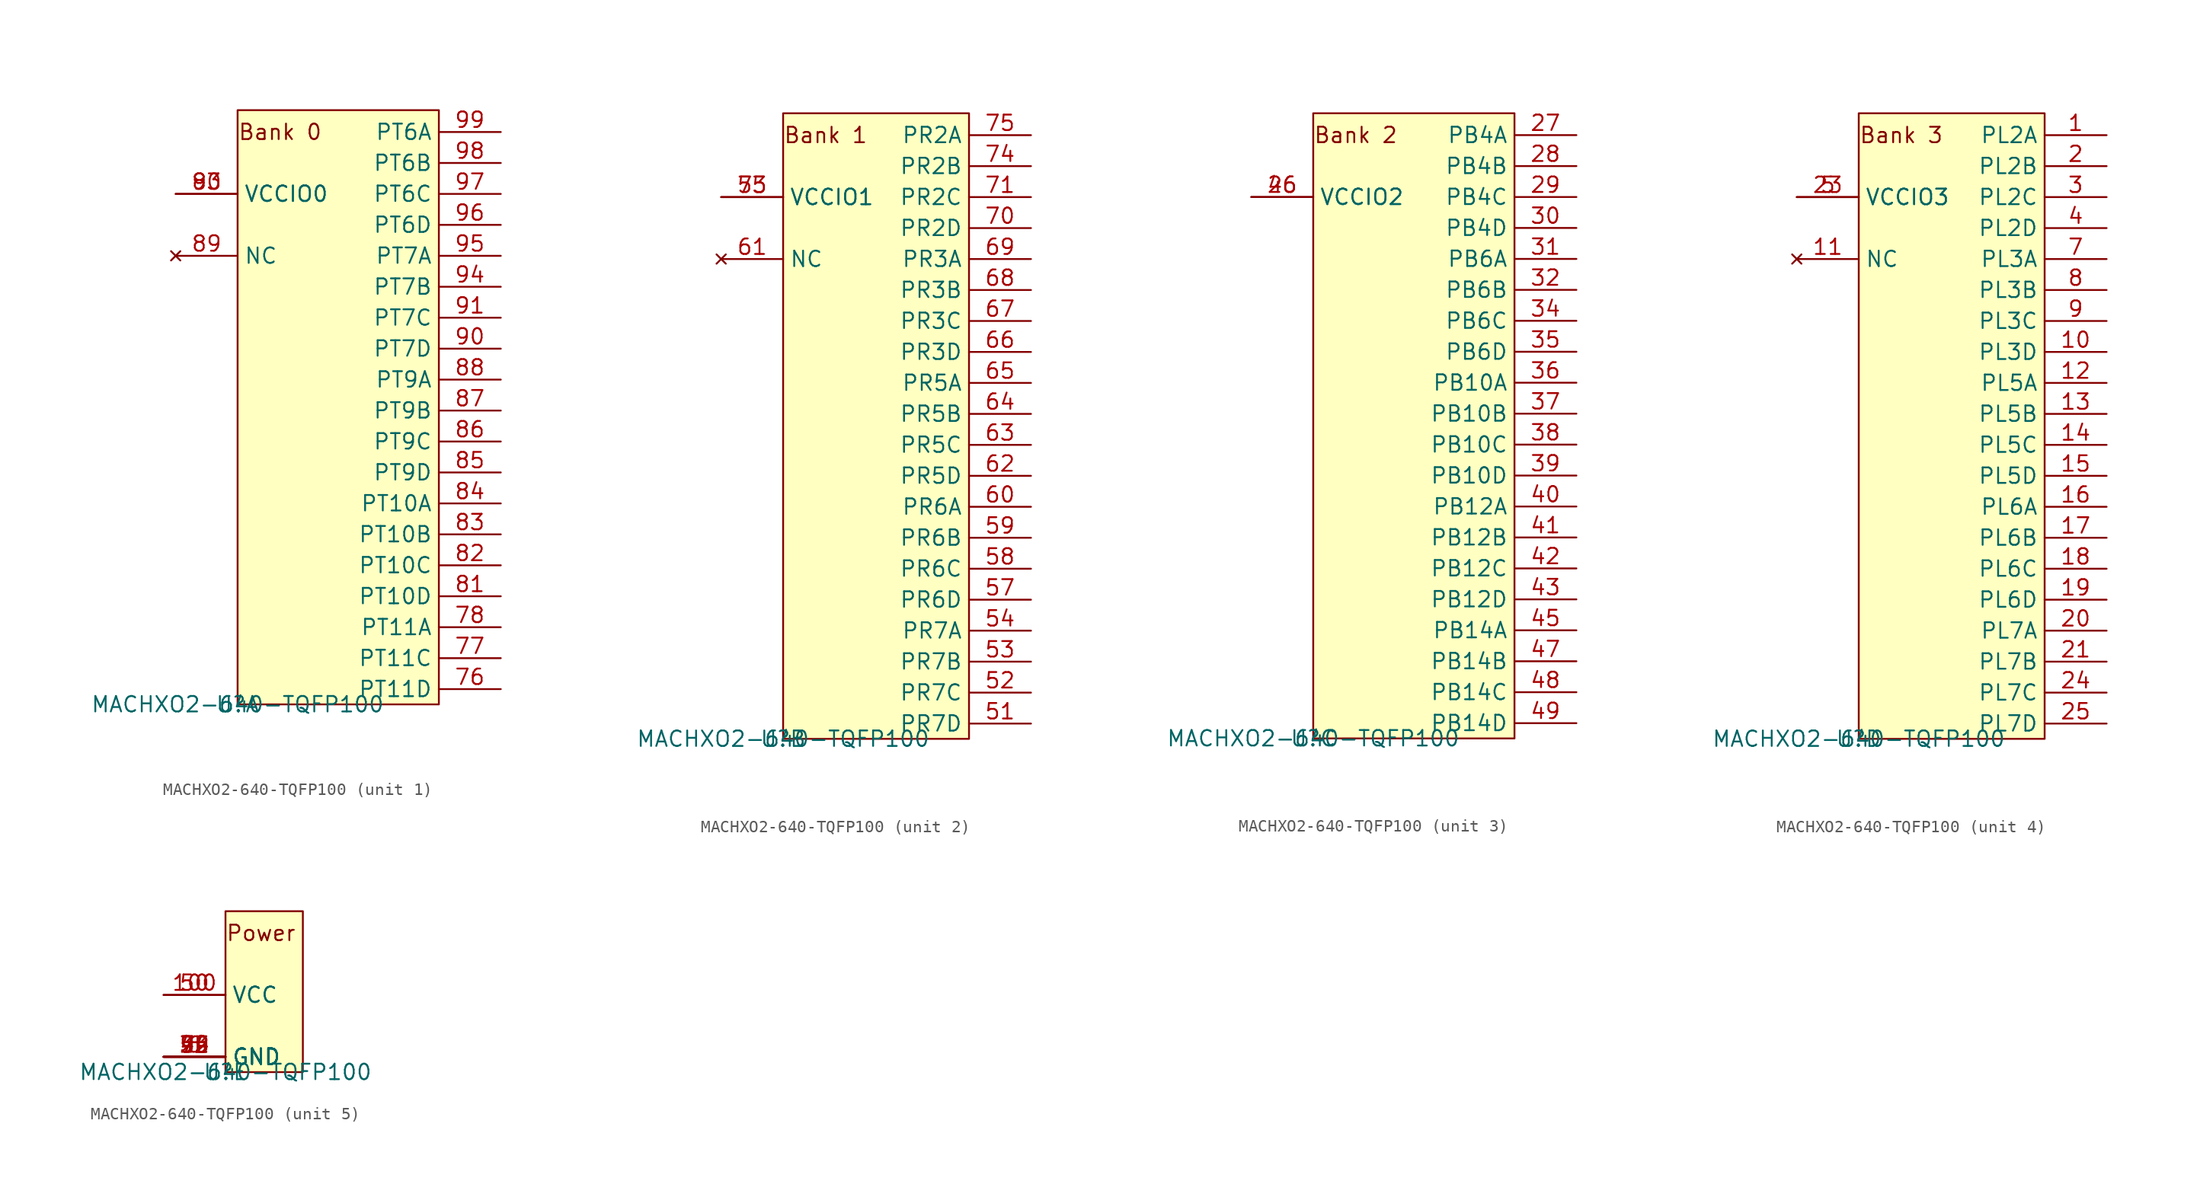
<source format=kicad_sym>
(kicad_symbol_lib
  (version 20211014)
  (generator kicad_symbol_editor)
  (symbol "MACHXO2-640-TQFP100"
    (property "Reference" "U"
      (at 0 0 0)
      (effects (font (size 1.27 1.27))))
    (property "Value" "MACHXO2-640-TQFP100"
      (at 0 0 0)
      (effects (font (size 1.27 1.27))))
    (property "ki_locked" ""
      (at 0 0 0)
      (effects (font (size 1.27 1.27))))
    (symbol "MACHXO2-640-TQFP100_1_0"
      (pin power_in line (at -5.08 41.894 0) (length 5.08) (name "VCCIO0" (effects (font (size 1.27 1.27)))) (number "80" (effects (font (size 1.27 1.27)))))
      (pin power_in line (at -5.08 41.894 0) (length 5.08) (name "VCCIO0" (effects (font (size 1.27 1.27)))) (number "93" (effects (font (size 1.27 1.27)))))
      (pin no_connect line (at -5.08 36.814 0) (length 5.08) (name "NC" (effects (font (size 1.27 1.27)))) (number "89" (effects (font (size 1.27 1.27)))))
      (pin bidirectional line (at 21.59 46.974 180) (length 5.08) (name "PT6A" (effects (font (size 1.27 1.27)))) (number "99" (effects (font (size 1.27 1.27)))))
      (pin bidirectional line (at 21.59 44.434 180) (length 5.08) (name "PT6B" (effects (font (size 1.27 1.27)))) (number "98" (effects (font (size 1.27 1.27)))))
      (pin bidirectional line (at 21.59 41.894 180) (length 5.08) (name "PT6C" (effects (font (size 1.27 1.27)))) (number "97" (effects (font (size 1.27 1.27)))))
      (pin bidirectional line (at 21.59 39.354 180) (length 5.08) (name "PT6D" (effects (font (size 1.27 1.27)))) (number "96" (effects (font (size 1.27 1.27)))))
      (pin bidirectional line (at 21.59 36.814 180) (length 5.08) (name "PT7A" (effects (font (size 1.27 1.27)))) (number "95" (effects (font (size 1.27 1.27)))))
      (pin bidirectional line (at 21.59 34.274 180) (length 5.08) (name "PT7B" (effects (font (size 1.27 1.27)))) (number "94" (effects (font (size 1.27 1.27)))))
      (pin bidirectional line (at 21.59 31.734 180) (length 5.08) (name "PT7C" (effects (font (size 1.27 1.27)))) (number "91" (effects (font (size 1.27 1.27)))))
      (pin bidirectional line (at 21.59 29.194 180) (length 5.08) (name "PT7D" (effects (font (size 1.27 1.27)))) (number "90" (effects (font (size 1.27 1.27)))))
      (pin bidirectional line (at 21.59 26.654 180) (length 5.08) (name "PT9A" (effects (font (size 1.27 1.27)))) (number "88" (effects (font (size 1.27 1.27)))))
      (pin bidirectional line (at 21.59 24.114 180) (length 5.08) (name "PT9B" (effects (font (size 1.27 1.27)))) (number "87" (effects (font (size 1.27 1.27)))))
      (pin bidirectional line (at 21.59 21.574 180) (length 5.08) (name "PT9C" (effects (font (size 1.27 1.27)))) (number "86" (effects (font (size 1.27 1.27)))))
      (pin bidirectional line (at 21.59 19.034 180) (length 5.08) (name "PT9D" (effects (font (size 1.27 1.27)))) (number "85" (effects (font (size 1.27 1.27)))))
      (pin bidirectional line (at 21.59 16.494 180) (length 5.08) (name "PT10A" (effects (font (size 1.27 1.27)))) (number "84" (effects (font (size 1.27 1.27)))))
      (pin bidirectional line (at 21.59 13.954 180) (length 5.08) (name "PT10B" (effects (font (size 1.27 1.27)))) (number "83" (effects (font (size 1.27 1.27)))))
      (pin bidirectional line (at 21.59 11.414 180) (length 5.08) (name "PT10C" (effects (font (size 1.27 1.27)))) (number "82" (effects (font (size 1.27 1.27)))))
      (pin bidirectional line (at 21.59 8.874 180) (length 5.08) (name "PT10D" (effects (font (size 1.27 1.27)))) (number "81" (effects (font (size 1.27 1.27)))))
      (pin bidirectional line (at 21.59 6.334 180) (length 5.08) (name "PT11A" (effects (font (size 1.27 1.27)))) (number "78" (effects (font (size 1.27 1.27)))))
      (pin bidirectional line (at 21.59 3.794 180) (length 5.08) (name "PT11C" (effects (font (size 1.27 1.27)))) (number "77" (effects (font (size 1.27 1.27)))))
      (pin bidirectional line (at 21.59 1.254 180) (length 5.08) (name "PT11D" (effects (font (size 1.27 1.27)))) (number "76" (effects (font (size 1.27 1.27))))))
    (symbol "MACHXO2-640-TQFP100_1_1"
      (rectangle (start 0 0) (end 16.51 48.768) (stroke (width 0) (type default) (color 0 0 0 0)) (fill (type background)))
      (text "Bank 0" (at 0 46.974 0) (effects (font (size 1.27 1.27)) (justify left))))
    (symbol "MACHXO2-640-TQFP100_2_0"
      (pin power_in line (at -5.08 44.434 0) (length 5.08) (name "VCCIO1" (effects (font (size 1.27 1.27)))) (number "55" (effects (font (size 1.27 1.27)))))
      (pin power_in line (at -5.08 44.434 0) (length 5.08) (name "VCCIO1" (effects (font (size 1.27 1.27)))) (number "73" (effects (font (size 1.27 1.27)))))
      (pin no_connect line (at -5.08 39.354 0) (length 5.08) (name "NC" (effects (font (size 1.27 1.27)))) (number "61" (effects (font (size 1.27 1.27)))))
      (pin bidirectional line (at 20.32 49.514 180) (length 5.08) (name "PR2A" (effects (font (size 1.27 1.27)))) (number "75" (effects (font (size 1.27 1.27)))))
      (pin bidirectional line (at 20.32 46.974 180) (length 5.08) (name "PR2B" (effects (font (size 1.27 1.27)))) (number "74" (effects (font (size 1.27 1.27)))))
      (pin bidirectional line (at 20.32 44.434 180) (length 5.08) (name "PR2C" (effects (font (size 1.27 1.27)))) (number "71" (effects (font (size 1.27 1.27)))))
      (pin bidirectional line (at 20.32 41.894 180) (length 5.08) (name "PR2D" (effects (font (size 1.27 1.27)))) (number "70" (effects (font (size 1.27 1.27)))))
      (pin bidirectional line (at 20.32 39.354 180) (length 5.08) (name "PR3A" (effects (font (size 1.27 1.27)))) (number "69" (effects (font (size 1.27 1.27)))))
      (pin bidirectional line (at 20.32 36.814 180) (length 5.08) (name "PR3B" (effects (font (size 1.27 1.27)))) (number "68" (effects (font (size 1.27 1.27)))))
      (pin bidirectional line (at 20.32 34.274 180) (length 5.08) (name "PR3C" (effects (font (size 1.27 1.27)))) (number "67" (effects (font (size 1.27 1.27)))))
      (pin bidirectional line (at 20.32 31.734 180) (length 5.08) (name "PR3D" (effects (font (size 1.27 1.27)))) (number "66" (effects (font (size 1.27 1.27)))))
      (pin bidirectional line (at 20.32 29.194 180) (length 5.08) (name "PR5A" (effects (font (size 1.27 1.27)))) (number "65" (effects (font (size 1.27 1.27)))))
      (pin bidirectional line (at 20.32 26.654 180) (length 5.08) (name "PR5B" (effects (font (size 1.27 1.27)))) (number "64" (effects (font (size 1.27 1.27)))))
      (pin bidirectional line (at 20.32 24.114 180) (length 5.08) (name "PR5C" (effects (font (size 1.27 1.27)))) (number "63" (effects (font (size 1.27 1.27)))))
      (pin bidirectional line (at 20.32 21.574 180) (length 5.08) (name "PR5D" (effects (font (size 1.27 1.27)))) (number "62" (effects (font (size 1.27 1.27)))))
      (pin bidirectional line (at 20.32 19.034 180) (length 5.08) (name "PR6A" (effects (font (size 1.27 1.27)))) (number "60" (effects (font (size 1.27 1.27)))))
      (pin bidirectional line (at 20.32 16.494 180) (length 5.08) (name "PR6B" (effects (font (size 1.27 1.27)))) (number "59" (effects (font (size 1.27 1.27)))))
      (pin bidirectional line (at 20.32 13.954 180) (length 5.08) (name "PR6C" (effects (font (size 1.27 1.27)))) (number "58" (effects (font (size 1.27 1.27)))))
      (pin bidirectional line (at 20.32 11.414 180) (length 5.08) (name "PR6D" (effects (font (size 1.27 1.27)))) (number "57" (effects (font (size 1.27 1.27)))))
      (pin bidirectional line (at 20.32 8.874 180) (length 5.08) (name "PR7A" (effects (font (size 1.27 1.27)))) (number "54" (effects (font (size 1.27 1.27)))))
      (pin bidirectional line (at 20.32 6.334 180) (length 5.08) (name "PR7B" (effects (font (size 1.27 1.27)))) (number "53" (effects (font (size 1.27 1.27)))))
      (pin bidirectional line (at 20.32 3.794 180) (length 5.08) (name "PR7C" (effects (font (size 1.27 1.27)))) (number "52" (effects (font (size 1.27 1.27)))))
      (pin bidirectional line (at 20.32 1.254 180) (length 5.08) (name "PR7D" (effects (font (size 1.27 1.27)))) (number "51" (effects (font (size 1.27 1.27))))))
    (symbol "MACHXO2-640-TQFP100_2_1"
      (rectangle (start 0 0) (end 15.24 51.308) (stroke (width 0) (type default) (color 0 0 0 0)) (fill (type background)))
      (text "Bank 1" (at 0 49.514 0) (effects (font (size 1.27 1.27)) (justify left))))
    (symbol "MACHXO2-640-TQFP100_3_0"
      (pin power_in line (at -5.08 44.434 0) (length 5.08) (name "VCCIO2" (effects (font (size 1.27 1.27)))) (number "26" (effects (font (size 1.27 1.27)))))
      (pin power_in line (at -5.08 44.434 0) (length 5.08) (name "VCCIO2" (effects (font (size 1.27 1.27)))) (number "46" (effects (font (size 1.27 1.27)))))
      (pin bidirectional line (at 21.59 49.514 180) (length 5.08) (name "PB4A" (effects (font (size 1.27 1.27)))) (number "27" (effects (font (size 1.27 1.27)))))
      (pin bidirectional line (at 21.59 46.974 180) (length 5.08) (name "PB4B" (effects (font (size 1.27 1.27)))) (number "28" (effects (font (size 1.27 1.27)))))
      (pin bidirectional line (at 21.59 44.434 180) (length 5.08) (name "PB4C" (effects (font (size 1.27 1.27)))) (number "29" (effects (font (size 1.27 1.27)))))
      (pin bidirectional line (at 21.59 41.894 180) (length 5.08) (name "PB4D" (effects (font (size 1.27 1.27)))) (number "30" (effects (font (size 1.27 1.27)))))
      (pin bidirectional line (at 21.59 39.354 180) (length 5.08) (name "PB6A" (effects (font (size 1.27 1.27)))) (number "31" (effects (font (size 1.27 1.27)))))
      (pin bidirectional line (at 21.59 36.814 180) (length 5.08) (name "PB6B" (effects (font (size 1.27 1.27)))) (number "32" (effects (font (size 1.27 1.27)))))
      (pin bidirectional line (at 21.59 34.274 180) (length 5.08) (name "PB6C" (effects (font (size 1.27 1.27)))) (number "34" (effects (font (size 1.27 1.27)))))
      (pin bidirectional line (at 21.59 31.734 180) (length 5.08) (name "PB6D" (effects (font (size 1.27 1.27)))) (number "35" (effects (font (size 1.27 1.27)))))
      (pin bidirectional line (at 21.59 29.194 180) (length 5.08) (name "PB10A" (effects (font (size 1.27 1.27)))) (number "36" (effects (font (size 1.27 1.27)))))
      (pin bidirectional line (at 21.59 26.654 180) (length 5.08) (name "PB10B" (effects (font (size 1.27 1.27)))) (number "37" (effects (font (size 1.27 1.27)))))
      (pin bidirectional line (at 21.59 24.114 180) (length 5.08) (name "PB10C" (effects (font (size 1.27 1.27)))) (number "38" (effects (font (size 1.27 1.27)))))
      (pin bidirectional line (at 21.59 21.574 180) (length 5.08) (name "PB10D" (effects (font (size 1.27 1.27)))) (number "39" (effects (font (size 1.27 1.27)))))
      (pin bidirectional line (at 21.59 19.034 180) (length 5.08) (name "PB12A" (effects (font (size 1.27 1.27)))) (number "40" (effects (font (size 1.27 1.27)))))
      (pin bidirectional line (at 21.59 16.494 180) (length 5.08) (name "PB12B" (effects (font (size 1.27 1.27)))) (number "41" (effects (font (size 1.27 1.27)))))
      (pin bidirectional line (at 21.59 13.954 180) (length 5.08) (name "PB12C" (effects (font (size 1.27 1.27)))) (number "42" (effects (font (size 1.27 1.27)))))
      (pin bidirectional line (at 21.59 11.414 180) (length 5.08) (name "PB12D" (effects (font (size 1.27 1.27)))) (number "43" (effects (font (size 1.27 1.27)))))
      (pin bidirectional line (at 21.59 8.874 180) (length 5.08) (name "PB14A" (effects (font (size 1.27 1.27)))) (number "45" (effects (font (size 1.27 1.27)))))
      (pin bidirectional line (at 21.59 6.334 180) (length 5.08) (name "PB14B" (effects (font (size 1.27 1.27)))) (number "47" (effects (font (size 1.27 1.27)))))
      (pin bidirectional line (at 21.59 3.794 180) (length 5.08) (name "PB14C" (effects (font (size 1.27 1.27)))) (number "48" (effects (font (size 1.27 1.27)))))
      (pin bidirectional line (at 21.59 1.254 180) (length 5.08) (name "PB14D" (effects (font (size 1.27 1.27)))) (number "49" (effects (font (size 1.27 1.27))))))
    (symbol "MACHXO2-640-TQFP100_3_1"
      (rectangle (start 0 0) (end 16.51 51.308) (stroke (width 0) (type default) (color 0 0 0 0)) (fill (type background)))
      (text "Bank 2" (at 0 49.514 0) (effects (font (size 1.27 1.27)) (justify left))))
    (symbol "MACHXO2-640-TQFP100_4_0"
      (pin power_in line (at -5.08 44.434 0) (length 5.08) (name "VCCIO3" (effects (font (size 1.27 1.27)))) (number "5" (effects (font (size 1.27 1.27)))))
      (pin power_in line (at -5.08 44.434 0) (length 5.08) (name "VCCIO3" (effects (font (size 1.27 1.27)))) (number "23" (effects (font (size 1.27 1.27)))))
      (pin no_connect line (at -5.08 39.354 0) (length 5.08) (name "NC" (effects (font (size 1.27 1.27)))) (number "11" (effects (font (size 1.27 1.27)))))
      (pin bidirectional line (at 20.32 49.514 180) (length 5.08) (name "PL2A" (effects (font (size 1.27 1.27)))) (number "1" (effects (font (size 1.27 1.27)))))
      (pin bidirectional line (at 20.32 46.974 180) (length 5.08) (name "PL2B" (effects (font (size 1.27 1.27)))) (number "2" (effects (font (size 1.27 1.27)))))
      (pin bidirectional line (at 20.32 44.434 180) (length 5.08) (name "PL2C" (effects (font (size 1.27 1.27)))) (number "3" (effects (font (size 1.27 1.27)))))
      (pin bidirectional line (at 20.32 41.894 180) (length 5.08) (name "PL2D" (effects (font (size 1.27 1.27)))) (number "4" (effects (font (size 1.27 1.27)))))
      (pin bidirectional line (at 20.32 39.354 180) (length 5.08) (name "PL3A" (effects (font (size 1.27 1.27)))) (number "7" (effects (font (size 1.27 1.27)))))
      (pin bidirectional line (at 20.32 36.814 180) (length 5.08) (name "PL3B" (effects (font (size 1.27 1.27)))) (number "8" (effects (font (size 1.27 1.27)))))
      (pin bidirectional line (at 20.32 34.274 180) (length 5.08) (name "PL3C" (effects (font (size 1.27 1.27)))) (number "9" (effects (font (size 1.27 1.27)))))
      (pin bidirectional line (at 20.32 31.734 180) (length 5.08) (name "PL3D" (effects (font (size 1.27 1.27)))) (number "10" (effects (font (size 1.27 1.27)))))
      (pin bidirectional line (at 20.32 29.194 180) (length 5.08) (name "PL5A" (effects (font (size 1.27 1.27)))) (number "12" (effects (font (size 1.27 1.27)))))
      (pin bidirectional line (at 20.32 26.654 180) (length 5.08) (name "PL5B" (effects (font (size 1.27 1.27)))) (number "13" (effects (font (size 1.27 1.27)))))
      (pin bidirectional line (at 20.32 24.114 180) (length 5.08) (name "PL5C" (effects (font (size 1.27 1.27)))) (number "14" (effects (font (size 1.27 1.27)))))
      (pin bidirectional line (at 20.32 21.574 180) (length 5.08) (name "PL5D" (effects (font (size 1.27 1.27)))) (number "15" (effects (font (size 1.27 1.27)))))
      (pin bidirectional line (at 20.32 19.034 180) (length 5.08) (name "PL6A" (effects (font (size 1.27 1.27)))) (number "16" (effects (font (size 1.27 1.27)))))
      (pin bidirectional line (at 20.32 16.494 180) (length 5.08) (name "PL6B" (effects (font (size 1.27 1.27)))) (number "17" (effects (font (size 1.27 1.27)))))
      (pin bidirectional line (at 20.32 13.954 180) (length 5.08) (name "PL6C" (effects (font (size 1.27 1.27)))) (number "18" (effects (font (size 1.27 1.27)))))
      (pin bidirectional line (at 20.32 11.414 180) (length 5.08) (name "PL6D" (effects (font (size 1.27 1.27)))) (number "19" (effects (font (size 1.27 1.27)))))
      (pin bidirectional line (at 20.32 8.874 180) (length 5.08) (name "PL7A" (effects (font (size 1.27 1.27)))) (number "20" (effects (font (size 1.27 1.27)))))
      (pin bidirectional line (at 20.32 6.334 180) (length 5.08) (name "PL7B" (effects (font (size 1.27 1.27)))) (number "21" (effects (font (size 1.27 1.27)))))
      (pin bidirectional line (at 20.32 3.794 180) (length 5.08) (name "PL7C" (effects (font (size 1.27 1.27)))) (number "24" (effects (font (size 1.27 1.27)))))
      (pin bidirectional line (at 20.32 1.254 180) (length 5.08) (name "PL7D" (effects (font (size 1.27 1.27)))) (number "25" (effects (font (size 1.27 1.27))))))
    (symbol "MACHXO2-640-TQFP100_4_1"
      (rectangle (start 0 0) (end 15.24 51.308) (stroke (width 0) (type default) (color 0 0 0 0)) (fill (type background)))
      (text "Bank 3" (at 0 49.514 0) (effects (font (size 1.27 1.27)) (justify left))))
    (symbol "MACHXO2-640-TQFP100_5_0"
      (pin power_in line (at -5.08 6.334 0) (length 5.08) (name "VCC" (effects (font (size 1.27 1.27)))) (number "50" (effects (font (size 1.27 1.27)))))
      (pin power_in line (at -5.08 6.334 0) (length 5.08) (name "VCC" (effects (font (size 1.27 1.27)))) (number "100" (effects (font (size 1.27 1.27)))))
      (pin power_in line (at -5.08 1.254 0) (length 5.08) (name "GND" (effects (font (size 1.27 1.27)))) (number "6" (effects (font (size 1.27 1.27)))))
      (pin power_in line (at -5.08 1.254 0) (length 5.08) (name "GND" (effects (font (size 1.27 1.27)))) (number "22" (effects (font (size 1.27 1.27)))))
      (pin power_in line (at -5.08 1.254 0) (length 5.08) (name "GND" (effects (font (size 1.27 1.27)))) (number "33" (effects (font (size 1.27 1.27)))))
      (pin power_in line (at -5.08 1.254 0) (length 5.08) (name "GND" (effects (font (size 1.27 1.27)))) (number "44" (effects (font (size 1.27 1.27)))))
      (pin power_in line (at -5.08 1.254 0) (length 5.08) (name "GND" (effects (font (size 1.27 1.27)))) (number "56" (effects (font (size 1.27 1.27)))))
      (pin power_in line (at -5.08 1.254 0) (length 5.08) (name "GND" (effects (font (size 1.27 1.27)))) (number "72" (effects (font (size 1.27 1.27)))))
      (pin power_in line (at -5.08 1.254 0) (length 5.08) (name "GND" (effects (font (size 1.27 1.27)))) (number "79" (effects (font (size 1.27 1.27)))))
      (pin power_in line (at -5.08 1.254 0) (length 5.08) (name "GND" (effects (font (size 1.27 1.27)))) (number "92" (effects (font (size 1.27 1.27))))))
    (symbol "MACHXO2-640-TQFP100_5_1"
      (rectangle (start 0 0) (end 6.35 13.208) (stroke (width 0) (type default) (color 0 0 0 0)) (fill (type background)))
      (text "Power" (at 0 11.414 0) (effects (font (size 1.27 1.27)) (justify left))))))
</source>
